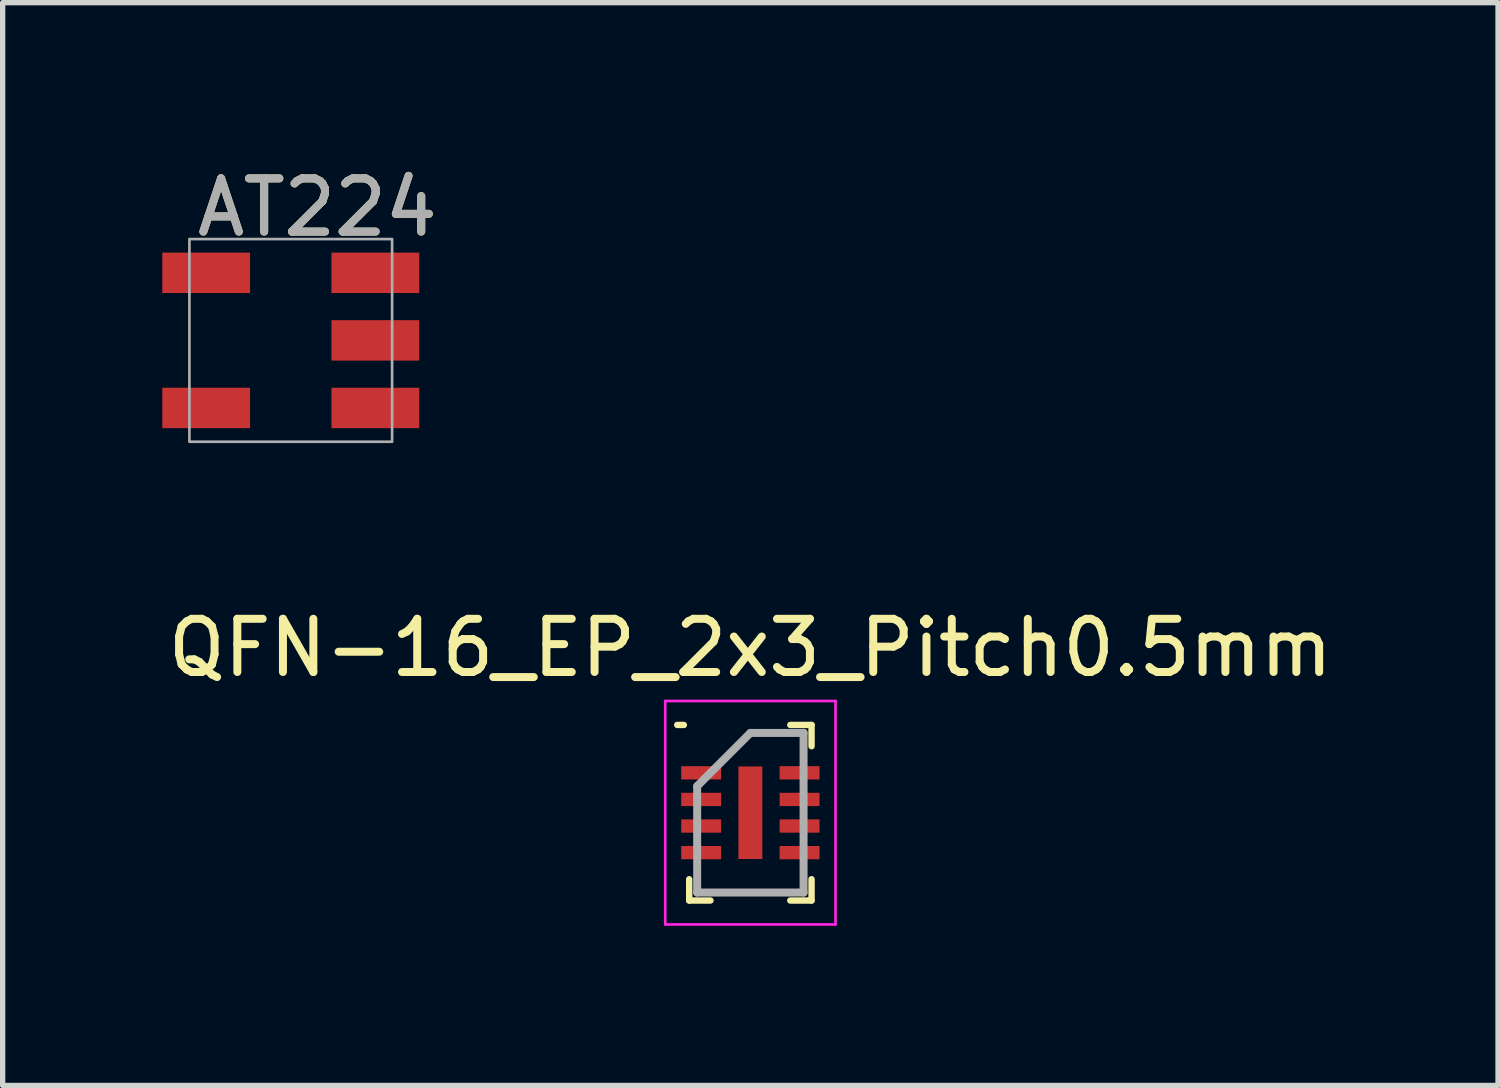
<source format=kicad_pcb>
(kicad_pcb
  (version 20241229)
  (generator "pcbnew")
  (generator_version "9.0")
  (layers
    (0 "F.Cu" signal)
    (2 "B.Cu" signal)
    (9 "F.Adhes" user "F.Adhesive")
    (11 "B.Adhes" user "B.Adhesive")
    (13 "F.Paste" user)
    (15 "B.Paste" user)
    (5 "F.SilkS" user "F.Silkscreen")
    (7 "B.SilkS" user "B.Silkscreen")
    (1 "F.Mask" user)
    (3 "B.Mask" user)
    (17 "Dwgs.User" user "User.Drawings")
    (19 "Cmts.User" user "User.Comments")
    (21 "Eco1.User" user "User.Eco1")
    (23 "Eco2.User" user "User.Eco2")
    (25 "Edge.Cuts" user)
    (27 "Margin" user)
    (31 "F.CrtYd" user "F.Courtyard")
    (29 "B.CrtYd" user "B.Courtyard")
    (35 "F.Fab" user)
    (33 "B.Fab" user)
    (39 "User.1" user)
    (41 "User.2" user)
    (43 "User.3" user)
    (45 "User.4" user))
  (footprint "QFN-16_EP_2x3_Pitch0.5mm"
    (layer "F.Cu")
    (at 11.054 12.226)
    (property "Reference" "QFN-16_EP_2x3_Pitch0.5mm" (at 0 -3.1 0) (layer "F.SilkS") (effects (font (size 1 1) (thickness 0.15))))
    (attr through_hole)
    (fp_line (start -1.25 -1.65) (end -1.375 -1.65) (stroke (width 0.12) (type solid)) (layer "F.SilkS"))
    (fp_line (start -1.15 1.65) (end -1.15 1.25) (stroke (width 0.12) (type solid)) (layer "F.SilkS"))
    (fp_line (start -0.75 1.65) (end -1.15 1.65) (stroke (width 0.12) (type solid)) (layer "F.SilkS"))
    (fp_line (start 0.75 -1.65) (end 1.15 -1.65) (stroke (width 0.12) (type solid)) (layer "F.SilkS"))
    (fp_line (start 0.75 1.65) (end 1.15 1.65) (stroke (width 0.12) (type solid)) (layer "F.SilkS"))
    (fp_line (start 1.15 -1.65) (end 1.15 -1.25) (stroke (width 0.12) (type solid)) (layer "F.SilkS"))
    (fp_line (start 1.15 1.65) (end 1.15 1.25) (stroke (width 0.12) (type solid)) (layer "F.SilkS"))
    (fp_line (start -1.6 -2.1) (end 1.6 -2.1) (stroke (width 0.05) (type solid)) (layer "F.CrtYd"))
    (fp_line (start -1.6 2.1) (end -1.6 -2.1) (stroke (width 0.05) (type solid)) (layer "F.CrtYd"))
    (fp_line (start 1.6 -2.1) (end 1.6 2.1) (stroke (width 0.05) (type solid)) (layer "F.CrtYd"))
    (fp_line (start 1.6 2.1) (end -1.6 2.1) (stroke (width 0.05) (type solid)) (layer "F.CrtYd"))
    (fp_line (start -1 -0.5) (end -1 1.5) (stroke (width 0.15) (type solid)) (layer "F.Fab"))
    (fp_line (start -1 1.5) (end 1 1.5) (stroke (width 0.15) (type solid)) (layer "F.Fab"))
    (fp_line (start 0 -1.5) (end -1 -0.5) (stroke (width 0.15) (type solid)) (layer "F.Fab"))
    (fp_line (start 1 -1.5) (end 0 -1.5) (stroke (width 0.15) (type solid)) (layer "F.Fab"))
    (fp_line (start 1 1.5) (end 1 -1.5) (stroke (width 0.15) (type solid)) (layer "F.Fab"))
    (pad "1" smd rect (at -0.925 -0.75 90) (size 0.25 0.75) (layers "F.Cu" "F.Mask" "F.Paste"))
    (pad "2" smd rect (at -0.925 -0.25 90) (size 0.25 0.75) (layers "F.Cu" "F.Mask" "F.Paste"))
    (pad "3" smd rect (at -0.925 0.25 90) (size 0.25 0.75) (layers "F.Cu" "F.Mask" "F.Paste"))
    (pad "4" smd rect (at -0.925 0.75 90) (size 0.25 0.75) (layers "F.Cu" "F.Mask" "F.Paste"))
    (pad "5" smd rect (at 0.925 0.75 90) (size 0.25 0.75) (layers "F.Cu" "F.Mask" "F.Paste"))
    (pad "6" smd rect (at 0.925 0.25 90) (size 0.25 0.75) (layers "F.Cu" "F.Mask" "F.Paste"))
    (pad "7" smd rect (at 0.925 -0.25 90) (size 0.25 0.75) (layers "F.Cu" "F.Mask" "F.Paste"))
    (pad "8" smd rect (at 0.925 -0.75 90) (size 0.25 0.75) (layers "F.Cu" "F.Mask" "F.Paste"))
    (pad "9" smd rect (at 0 0) (size 0.45 1.74) (layers "F.Cu" "F.Mask" "F.Paste")))
  (footprint "AT224"
    (layer "F.Cu")
    (at 2.415 3.348)
    (property "Reference" "AT224" (at 0.5 -2.5 0) (unlocked yes) (layer "F.SilkS") (effects (font (size 1 1) (thickness 0.15))))
    (attr smd)
    (fp_rect (start -1.905 -1.905) (end 1.905 1.905) (stroke (width 0.05) (type solid)) (fill no) (layer "F.Fab"))
    (fp_text user "${REFERENCE}" (at 0.5 -2.5 0) (unlocked yes) (layer "F.Fab") (effects (font (size 1 1) (thickness 0.15))))
    (pad "1" smd rect (at 1.59 -1.27) (size 1.65 0.76) (layers "F.Cu" "F.Mask" "F.Paste"))
    (pad "2" smd rect (at 1.59 0) (size 1.65 0.76) (layers "F.Cu" "F.Mask" "F.Paste"))
    (pad "3" smd rect (at 1.59 1.27) (size 1.65 0.76) (layers "F.Cu" "F.Mask" "F.Paste"))
    (pad "4" smd rect (at -1.59 1.27) (size 1.65 0.76) (layers "F.Cu" "F.Mask" "F.Paste"))
    (pad "6" smd rect (at -1.59 -1.27) (size 1.65 0.76) (layers "F.Cu" "F.Mask" "F.Paste")))
  (gr_rect
    (start -3 -3)
    (end 25.107 17.352)
    (stroke (width 0.1) (type default))
    (fill no)
    (layer "Edge.Cuts")))
</source>
